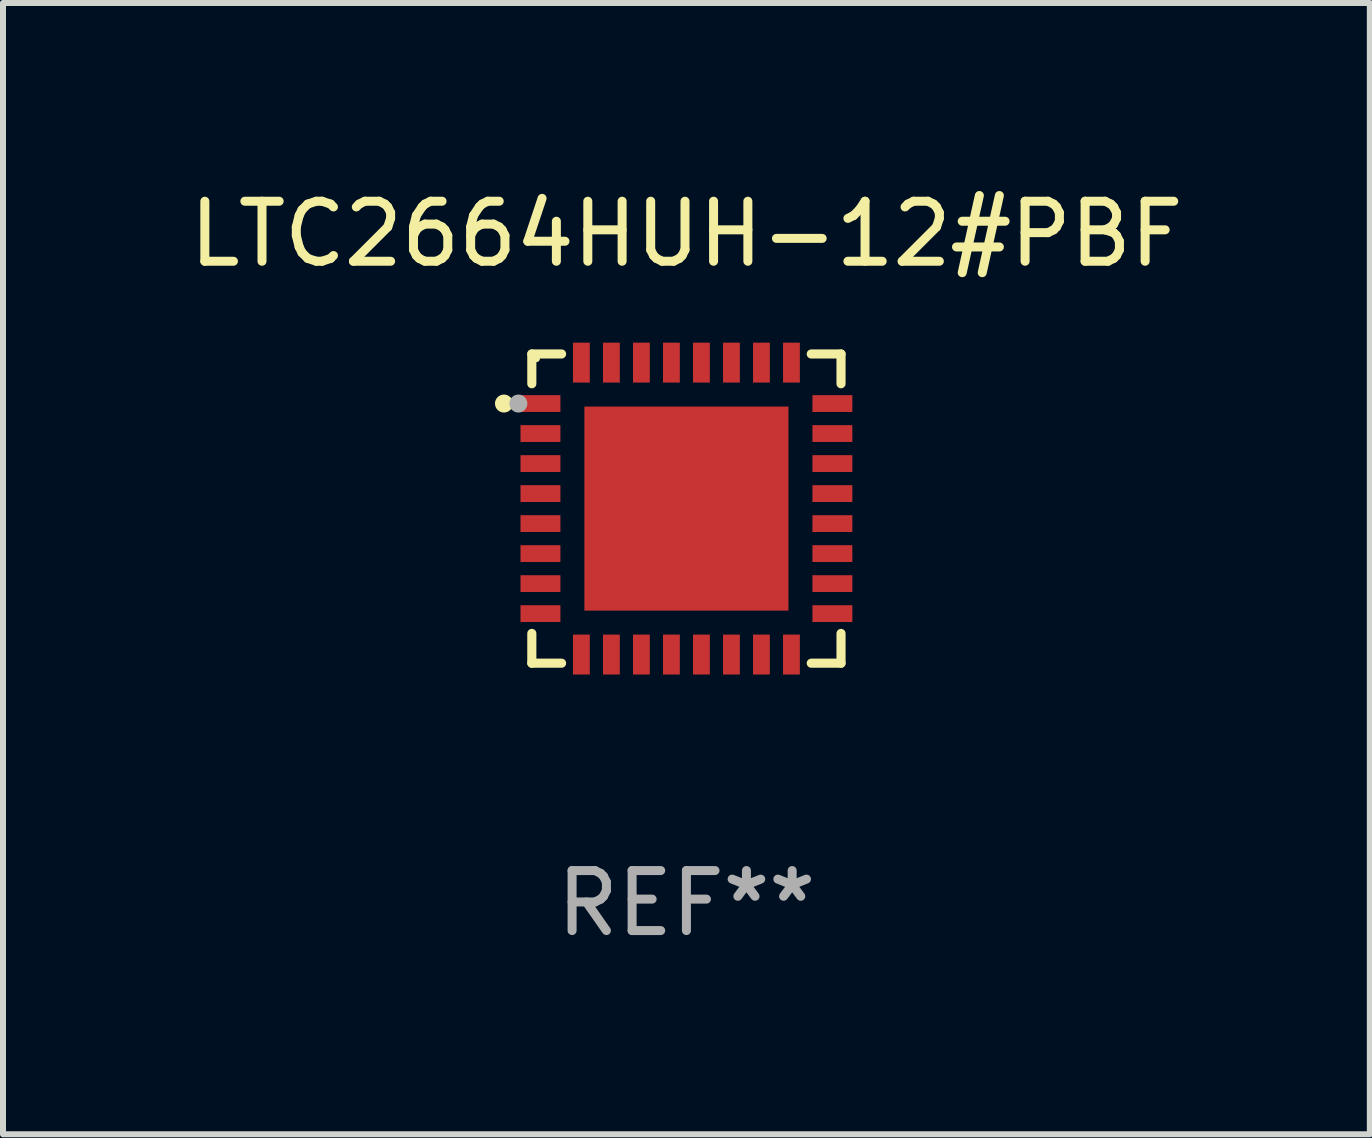
<source format=kicad_pcb>
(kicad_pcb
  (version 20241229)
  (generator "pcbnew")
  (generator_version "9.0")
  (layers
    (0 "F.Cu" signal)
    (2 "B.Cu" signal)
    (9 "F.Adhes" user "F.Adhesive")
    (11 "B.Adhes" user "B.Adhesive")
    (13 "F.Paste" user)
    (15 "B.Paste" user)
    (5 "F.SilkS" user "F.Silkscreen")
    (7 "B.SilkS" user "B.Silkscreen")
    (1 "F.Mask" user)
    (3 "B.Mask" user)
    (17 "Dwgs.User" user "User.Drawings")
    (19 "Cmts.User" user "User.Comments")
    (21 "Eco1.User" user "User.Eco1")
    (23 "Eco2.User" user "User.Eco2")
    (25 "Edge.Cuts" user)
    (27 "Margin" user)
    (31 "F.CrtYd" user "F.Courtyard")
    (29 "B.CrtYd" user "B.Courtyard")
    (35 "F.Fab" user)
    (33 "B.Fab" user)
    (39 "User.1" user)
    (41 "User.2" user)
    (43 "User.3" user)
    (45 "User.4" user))
  (footprint "LTC2664HUH-12#PBF"
    (layer "F.Cu")
    (at 8.387 5.424)
    (property "Reference" "LTC2664HUH-12#PBF" (at 0 -4.576 0) (layer "F.SilkS") (effects (font (size 1 1) (thickness 0.15))))
    (attr through_hole)
    (fp_line (start -2.576 -2.576) (end -2.576 -2.08) (stroke (width 0.152) (type solid)) (layer "F.SilkS"))
    (fp_line (start -2.576 2.576) (end -2.576 2.08) (stroke (width 0.152) (type solid)) (layer "F.SilkS"))
    (fp_line (start -2.08 -2.576) (end -2.576 -2.576) (stroke (width 0.152) (type solid)) (layer "F.SilkS"))
    (fp_line (start -2.08 2.576) (end -2.576 2.576) (stroke (width 0.152) (type solid)) (layer "F.SilkS"))
    (fp_line (start 2.08 -2.576) (end 2.576 -2.576) (stroke (width 0.152) (type solid)) (layer "F.SilkS"))
    (fp_line (start 2.08 2.576) (end 2.576 2.576) (stroke (width 0.152) (type solid)) (layer "F.SilkS"))
    (fp_line (start 2.576 -2.576) (end 2.576 -2.08) (stroke (width 0.152) (type solid)) (layer "F.SilkS"))
    (fp_line (start 2.576 2.576) (end 2.576 2.08) (stroke (width 0.152) (type solid)) (layer "F.SilkS"))
    (fp_circle (center -3.04 -1.75) (end -2.965 -1.75) (stroke (width 0.15) (type solid)) (fill no) (layer "F.SilkS"))
    (fp_circle (center -2.5 -2.5) (end -2.47 -2.5) (stroke (width 0.06) (type solid)) (fill no) (layer "F.SilkS"))
    (fp_circle (center -2.8 -1.75) (end -2.725 -1.75) (stroke (width 0.15) (type solid)) (fill no) (layer "F.Fab"))
    (fp_text user "REF**" (at 0 6.576 0) (layer "F.Fab") (effects (font (size 1 1) (thickness 0.15))))
    (pad "1" smd rect (at -2.432 -1.75) (size 0.665 0.28) (layers "F.Cu" "F.Mask" "F.Paste"))
    (pad "2" smd rect (at -2.432 -1.25) (size 0.665 0.28) (layers "F.Cu" "F.Mask" "F.Paste"))
    (pad "3" smd rect (at -2.432 -0.75) (size 0.665 0.28) (layers "F.Cu" "F.Mask" "F.Paste"))
    (pad "4" smd rect (at -2.432 -0.25) (size 0.665 0.28) (layers "F.Cu" "F.Mask" "F.Paste"))
    (pad "5" smd rect (at -2.432 0.25) (size 0.665 0.28) (layers "F.Cu" "F.Mask" "F.Paste"))
    (pad "6" smd rect (at -2.432 0.75) (size 0.665 0.28) (layers "F.Cu" "F.Mask" "F.Paste"))
    (pad "7" smd rect (at -2.432 1.25) (size 0.665 0.28) (layers "F.Cu" "F.Mask" "F.Paste"))
    (pad "8" smd rect (at -2.432 1.75) (size 0.665 0.28) (layers "F.Cu" "F.Mask" "F.Paste"))
    (pad "9" smd rect (at -1.75 2.432) (size 0.28 0.665) (layers "F.Cu" "F.Mask" "F.Paste"))
    (pad "10" smd rect (at -1.25 2.432) (size 0.28 0.665) (layers "F.Cu" "F.Mask" "F.Paste"))
    (pad "11" smd rect (at -0.75 2.432) (size 0.28 0.665) (layers "F.Cu" "F.Mask" "F.Paste"))
    (pad "12" smd rect (at -0.25 2.432) (size 0.28 0.665) (layers "F.Cu" "F.Mask" "F.Paste"))
    (pad "13" smd rect (at 0.25 2.432) (size 0.28 0.665) (layers "F.Cu" "F.Mask" "F.Paste"))
    (pad "14" smd rect (at 0.75 2.432) (size 0.28 0.665) (layers "F.Cu" "F.Mask" "F.Paste"))
    (pad "15" smd rect (at 1.25 2.432) (size 0.28 0.665) (layers "F.Cu" "F.Mask" "F.Paste"))
    (pad "16" smd rect (at 1.75 2.432) (size 0.28 0.665) (layers "F.Cu" "F.Mask" "F.Paste"))
    (pad "17" smd rect (at 2.432 1.75) (size 0.665 0.28) (layers "F.Cu" "F.Mask" "F.Paste"))
    (pad "18" smd rect (at 2.432 1.25) (size 0.665 0.28) (layers "F.Cu" "F.Mask" "F.Paste"))
    (pad "19" smd rect (at 2.432 0.75) (size 0.665 0.28) (layers "F.Cu" "F.Mask" "F.Paste"))
    (pad "20" smd rect (at 2.432 0.25) (size 0.665 0.28) (layers "F.Cu" "F.Mask" "F.Paste"))
    (pad "21" smd rect (at 2.432 -0.25) (size 0.665 0.28) (layers "F.Cu" "F.Mask" "F.Paste"))
    (pad "22" smd rect (at 2.432 -0.75) (size 0.665 0.28) (layers "F.Cu" "F.Mask" "F.Paste"))
    (pad "23" smd rect (at 2.432 -1.25) (size 0.665 0.28) (layers "F.Cu" "F.Mask" "F.Paste"))
    (pad "24" smd rect (at 2.432 -1.75) (size 0.665 0.28) (layers "F.Cu" "F.Mask" "F.Paste"))
    (pad "25" smd rect (at 1.75 -2.432) (size 0.28 0.665) (layers "F.Cu" "F.Mask" "F.Paste"))
    (pad "26" smd rect (at 1.25 -2.432) (size 0.28 0.665) (layers "F.Cu" "F.Mask" "F.Paste"))
    (pad "27" smd rect (at 0.75 -2.432) (size 0.28 0.665) (layers "F.Cu" "F.Mask" "F.Paste"))
    (pad "28" smd rect (at 0.25 -2.432) (size 0.28 0.665) (layers "F.Cu" "F.Mask" "F.Paste"))
    (pad "29" smd rect (at -0.25 -2.432) (size 0.28 0.665) (layers "F.Cu" "F.Mask" "F.Paste"))
    (pad "30" smd rect (at -0.75 -2.432) (size 0.28 0.665) (layers "F.Cu" "F.Mask" "F.Paste"))
    (pad "31" smd rect (at -1.25 -2.432) (size 0.28 0.665) (layers "F.Cu" "F.Mask" "F.Paste"))
    (pad "32" smd rect (at -1.75 -2.432) (size 0.28 0.665) (layers "F.Cu" "F.Mask" "F.Paste"))
    (pad "33" smd rect (at 0 0) (size 3.4 3.4) (layers "F.Cu" "F.Mask" "F.Paste")))
  (gr_rect
    (start -3 -3)
    (end 19.774 15.849)
    (stroke (width 0.1) (type default))
    (fill no)
    (layer "Edge.Cuts")))
</source>
